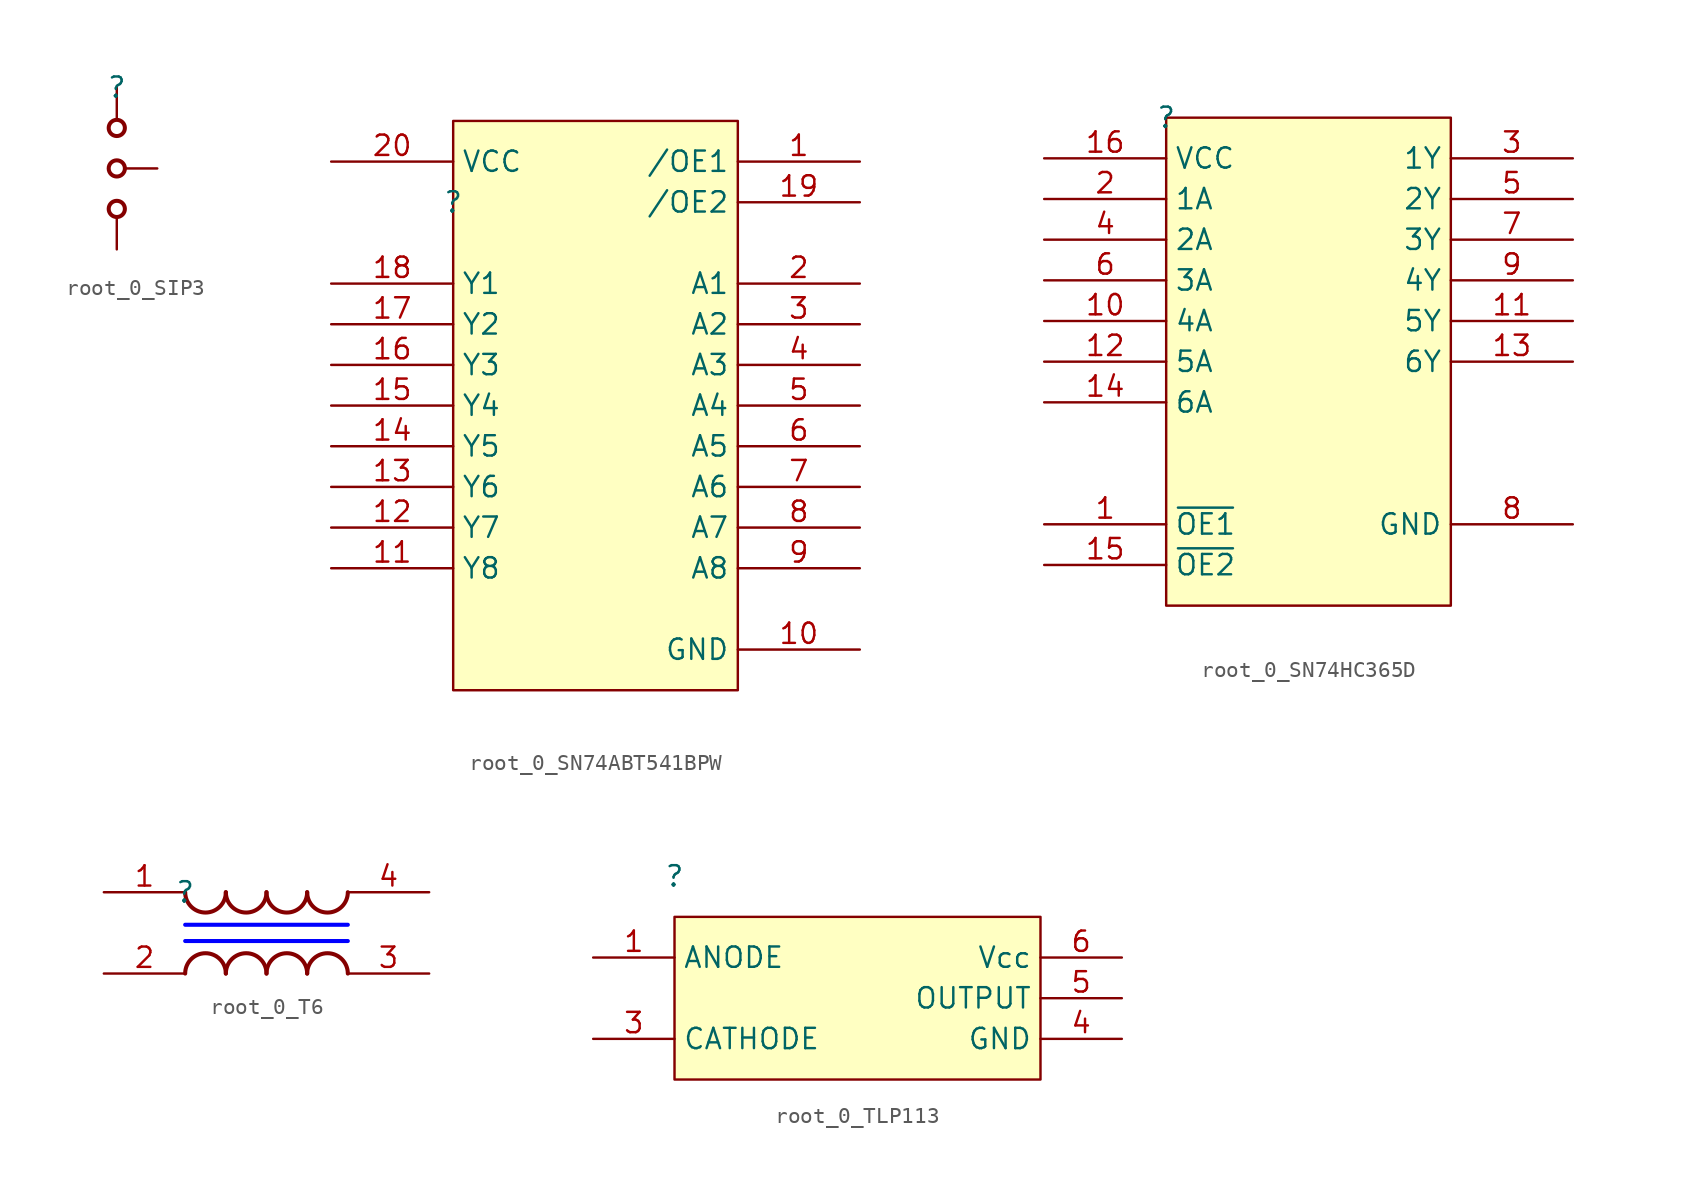
<source format=kicad_sym>
(kicad_symbol_lib
  (version 20220914)
  (generator kicad_symbol_editor)
  (symbol "root_0_SIP3"
    (property "Reference" ""
      (at 0 0 0)
      (effects (font (size 1.27 1.27))))
    (property "Value" ""
      (at 0 0 0)
      (effects (font (size 1.27 1.27))))
    (symbol "root_0_SIP3_1_0"
      (circle (center 0 -7.62) (radius 0.508) (stroke (width 0.254) (type solid)) (fill (type none)))
      (circle (center 0 -5.08) (radius 0.508) (stroke (width 0.254) (type solid)) (fill (type none)))
      (circle (center 0 -2.54) (radius 0.508) (stroke (width 0.254) (type solid)) (fill (type none)))
      (pin passive line (at 0 0 270) (length 2.032) (name "" (effects (font (size 0 0)))) (number "1" (effects (font (size 0 0)))))
      (pin passive line (at 2.54 -5.08 180) (length 2.032) (name "" (effects (font (size 0 0)))) (number "2" (effects (font (size 0 0)))))
      (pin passive line (at 0 -10.16 90) (length 2.032) (name "" (effects (font (size 0 0)))) (number "3" (effects (font (size 0 0)))))))
  (symbol "root_0_SN74ABT541BPW"
    (property "Reference" ""
      (at 0 0 0)
      (effects (font (size 1.27 1.27))))
    (property "Value" ""
      (at 0 0 0)
      (effects (font (size 1.27 1.27))))
    (symbol "root_0_SN74ABT541BPW_1_0"
      (rectangle (start 17.78 5.08) (end 0 -30.48) (stroke (width 0) (type solid)) (fill (type background)))
      (pin passive line (at 25.4 2.54 180) (length 7.62) (name "/OE1" (effects (font (size 1.27 1.27)))) (number "1" (effects (font (size 1.27 1.27)))))
      (pin passive line (at 25.4 -27.94 180) (length 7.62) (name "GND" (effects (font (size 1.27 1.27)))) (number "10" (effects (font (size 1.27 1.27)))))
      (pin passive line (at -7.62 -22.86 0) (length 7.62) (name "Y8" (effects (font (size 1.27 1.27)))) (number "11" (effects (font (size 1.27 1.27)))))
      (pin passive line (at -7.62 -20.32 0) (length 7.62) (name "Y7" (effects (font (size 1.27 1.27)))) (number "12" (effects (font (size 1.27 1.27)))))
      (pin passive line (at -7.62 -17.78 0) (length 7.62) (name "Y6" (effects (font (size 1.27 1.27)))) (number "13" (effects (font (size 1.27 1.27)))))
      (pin passive line (at -7.62 -15.24 0) (length 7.62) (name "Y5" (effects (font (size 1.27 1.27)))) (number "14" (effects (font (size 1.27 1.27)))))
      (pin passive line (at -7.62 -12.7 0) (length 7.62) (name "Y4" (effects (font (size 1.27 1.27)))) (number "15" (effects (font (size 1.27 1.27)))))
      (pin passive line (at -7.62 -10.16 0) (length 7.62) (name "Y3" (effects (font (size 1.27 1.27)))) (number "16" (effects (font (size 1.27 1.27)))))
      (pin passive line (at -7.62 -7.62 0) (length 7.62) (name "Y2" (effects (font (size 1.27 1.27)))) (number "17" (effects (font (size 1.27 1.27)))))
      (pin passive line (at -7.62 -5.08 0) (length 7.62) (name "Y1" (effects (font (size 1.27 1.27)))) (number "18" (effects (font (size 1.27 1.27)))))
      (pin passive line (at 25.4 0 180) (length 7.62) (name "/OE2" (effects (font (size 1.27 1.27)))) (number "19" (effects (font (size 1.27 1.27)))))
      (pin passive line (at 25.4 -5.08 180) (length 7.62) (name "A1" (effects (font (size 1.27 1.27)))) (number "2" (effects (font (size 1.27 1.27)))))
      (pin passive line (at -7.62 2.54 0) (length 7.62) (name "VCC" (effects (font (size 1.27 1.27)))) (number "20" (effects (font (size 1.27 1.27)))))
      (pin passive line (at 25.4 -7.62 180) (length 7.62) (name "A2" (effects (font (size 1.27 1.27)))) (number "3" (effects (font (size 1.27 1.27)))))
      (pin passive line (at 25.4 -10.16 180) (length 7.62) (name "A3" (effects (font (size 1.27 1.27)))) (number "4" (effects (font (size 1.27 1.27)))))
      (pin passive line (at 25.4 -12.7 180) (length 7.62) (name "A4" (effects (font (size 1.27 1.27)))) (number "5" (effects (font (size 1.27 1.27)))))
      (pin passive line (at 25.4 -15.24 180) (length 7.62) (name "A5" (effects (font (size 1.27 1.27)))) (number "6" (effects (font (size 1.27 1.27)))))
      (pin passive line (at 25.4 -17.78 180) (length 7.62) (name "A6" (effects (font (size 1.27 1.27)))) (number "7" (effects (font (size 1.27 1.27)))))
      (pin passive line (at 25.4 -20.32 180) (length 7.62) (name "A7" (effects (font (size 1.27 1.27)))) (number "8" (effects (font (size 1.27 1.27)))))
      (pin passive line (at 25.4 -22.86 180) (length 7.62) (name "A8" (effects (font (size 1.27 1.27)))) (number "9" (effects (font (size 1.27 1.27)))))))
  (symbol "root_0_SN74HC365D"
    (property "Reference" ""
      (at 0 0 0)
      (effects (font (size 1.27 1.27))))
    (property "Value" ""
      (at 0 0 0)
      (effects (font (size 1.27 1.27))))
    (symbol "root_0_SN74HC365D_1_0"
      (rectangle (start 17.78 0) (end 0 -30.48) (stroke (width 0) (type solid)) (fill (type background)))
      (pin passive line (at -7.62 -25.4 0) (length 7.62) (name "~{OE1}" (effects (font (size 1.27 1.27)))) (number "1" (effects (font (size 1.27 1.27)))))
      (pin passive line (at -7.62 -12.7 0) (length 7.62) (name "4A" (effects (font (size 1.27 1.27)))) (number "10" (effects (font (size 1.27 1.27)))))
      (pin passive line (at 25.4 -12.7 180) (length 7.62) (name "5Y" (effects (font (size 1.27 1.27)))) (number "11" (effects (font (size 1.27 1.27)))))
      (pin passive line (at -7.62 -15.24 0) (length 7.62) (name "5A" (effects (font (size 1.27 1.27)))) (number "12" (effects (font (size 1.27 1.27)))))
      (pin passive line (at 25.4 -15.24 180) (length 7.62) (name "6Y" (effects (font (size 1.27 1.27)))) (number "13" (effects (font (size 1.27 1.27)))))
      (pin passive line (at -7.62 -17.78 0) (length 7.62) (name "6A" (effects (font (size 1.27 1.27)))) (number "14" (effects (font (size 1.27 1.27)))))
      (pin passive line (at -7.62 -27.94 0) (length 7.62) (name "~{OE2}" (effects (font (size 1.27 1.27)))) (number "15" (effects (font (size 1.27 1.27)))))
      (pin passive line (at -7.62 -2.54 0) (length 7.62) (name "VCC" (effects (font (size 1.27 1.27)))) (number "16" (effects (font (size 1.27 1.27)))))
      (pin passive line (at -7.62 -5.08 0) (length 7.62) (name "1A" (effects (font (size 1.27 1.27)))) (number "2" (effects (font (size 1.27 1.27)))))
      (pin passive line (at 25.4 -2.54 180) (length 7.62) (name "1Y" (effects (font (size 1.27 1.27)))) (number "3" (effects (font (size 1.27 1.27)))))
      (pin passive line (at -7.62 -7.62 0) (length 7.62) (name "2A" (effects (font (size 1.27 1.27)))) (number "4" (effects (font (size 1.27 1.27)))))
      (pin passive line (at 25.4 -5.08 180) (length 7.62) (name "2Y" (effects (font (size 1.27 1.27)))) (number "5" (effects (font (size 1.27 1.27)))))
      (pin passive line (at -7.62 -10.16 0) (length 7.62) (name "3A" (effects (font (size 1.27 1.27)))) (number "6" (effects (font (size 1.27 1.27)))))
      (pin passive line (at 25.4 -7.62 180) (length 7.62) (name "3Y" (effects (font (size 1.27 1.27)))) (number "7" (effects (font (size 1.27 1.27)))))
      (pin passive line (at 25.4 -25.4 180) (length 7.62) (name "GND" (effects (font (size 1.27 1.27)))) (number "8" (effects (font (size 1.27 1.27)))))
      (pin passive line (at 25.4 -10.16 180) (length 7.62) (name "4Y" (effects (font (size 1.27 1.27)))) (number "9" (effects (font (size 1.27 1.27)))))))
  (symbol "root_0_T6"
    (property "Reference" ""
      (at 0 0 0)
      (effects (font (size 1.27 1.27))))
    (property "Value" ""
      (at 0 0 0)
      (effects (font (size 1.27 1.27))))
    (symbol "root_0_T6_1_0"
      (polyline (pts (xy 0 -3.048) (xy 10.16 -3.048)) (stroke (width 0.254) (type solid) (color 0 0 255 1)) (fill (type none)))
      (polyline (pts (xy 0 -2.032) (xy 10.16 -2.032)) (stroke (width 0.254) (type solid) (color 0 0 255 1)) (fill (type none)))
      (arc (start 0 0) (mid 1.27 -1.27) (end 2.54 0) (stroke (width 0.254) (type solid)) (fill (type none)))
      (arc (start 2.54 -5.08) (mid 1.27 -3.81) (end 0 -5.08) (stroke (width 0.254) (type solid)) (fill (type none)))
      (arc (start 2.54 0) (mid 3.81 -1.27) (end 5.08 0) (stroke (width 0.254) (type solid)) (fill (type none)))
      (arc (start 5.08 -5.08) (mid 3.81 -3.81) (end 2.54 -5.08) (stroke (width 0.254) (type solid)) (fill (type none)))
      (arc (start 5.08 0) (mid 6.35 -1.27) (end 7.62 0) (stroke (width 0.254) (type solid)) (fill (type none)))
      (arc (start 7.62 -5.08) (mid 6.35 -3.81) (end 5.08 -5.08) (stroke (width 0.254) (type solid)) (fill (type none)))
      (arc (start 7.62 0) (mid 8.89 -1.27) (end 10.16 0) (stroke (width 0.254) (type solid)) (fill (type none)))
      (arc (start 10.16 -5.08) (mid 8.89 -3.81) (end 7.62 -5.08) (stroke (width 0.254) (type solid)) (fill (type none)))
      (pin passive line (at -5.08 0 0) (length 5.08) (name "Pri+" (effects (font (size 0 0)))) (number "1" (effects (font (size 1.27 1.27)))))
      (pin passive line (at -5.08 -5.08 0) (length 5.08) (name "Pri-" (effects (font (size 0 0)))) (number "2" (effects (font (size 1.27 1.27)))))
      (pin passive line (at 15.24 -5.08 180) (length 5.08) (name "Pri+" (effects (font (size 0 0)))) (number "3" (effects (font (size 1.27 1.27)))))
      (pin passive line (at 15.24 0 180) (length 5.08) (name "Sec-" (effects (font (size 0 0)))) (number "4" (effects (font (size 1.27 1.27)))))))
  (symbol "root_0_TLP113"
    (property "Reference" ""
      (at 0 0 0)
      (effects (font (size 1.27 1.27))))
    (property "Value" ""
      (at 0 0 0)
      (effects (font (size 1.27 1.27))))
    (symbol "root_0_TLP113_1_0"
      (rectangle (start 22.86 -2.54) (end 0 -12.7) (stroke (width 0) (type solid)) (fill (type background)))
      (pin passive line (at -5.08 -5.08 0) (length 5.08) (name "ANODE" (effects (font (size 1.27 1.27)))) (number "1" (effects (font (size 1.27 1.27)))))
      (pin passive line (at -5.08 -10.16 0) (length 5.08) (name "CATHODE" (effects (font (size 1.27 1.27)))) (number "3" (effects (font (size 1.27 1.27)))))
      (pin power_in line (at 27.94 -10.16 180) (length 5.08) (name "GND" (effects (font (size 1.27 1.27)))) (number "4" (effects (font (size 1.27 1.27)))))
      (pin output line (at 27.94 -7.62 180) (length 5.08) (name "OUTPUT" (effects (font (size 1.27 1.27)))) (number "5" (effects (font (size 1.27 1.27)))))
      (pin power_in line (at 27.94 -5.08 180) (length 5.08) (name "Vcc" (effects (font (size 1.27 1.27)))) (number "6" (effects (font (size 1.27 1.27))))))))
</source>
